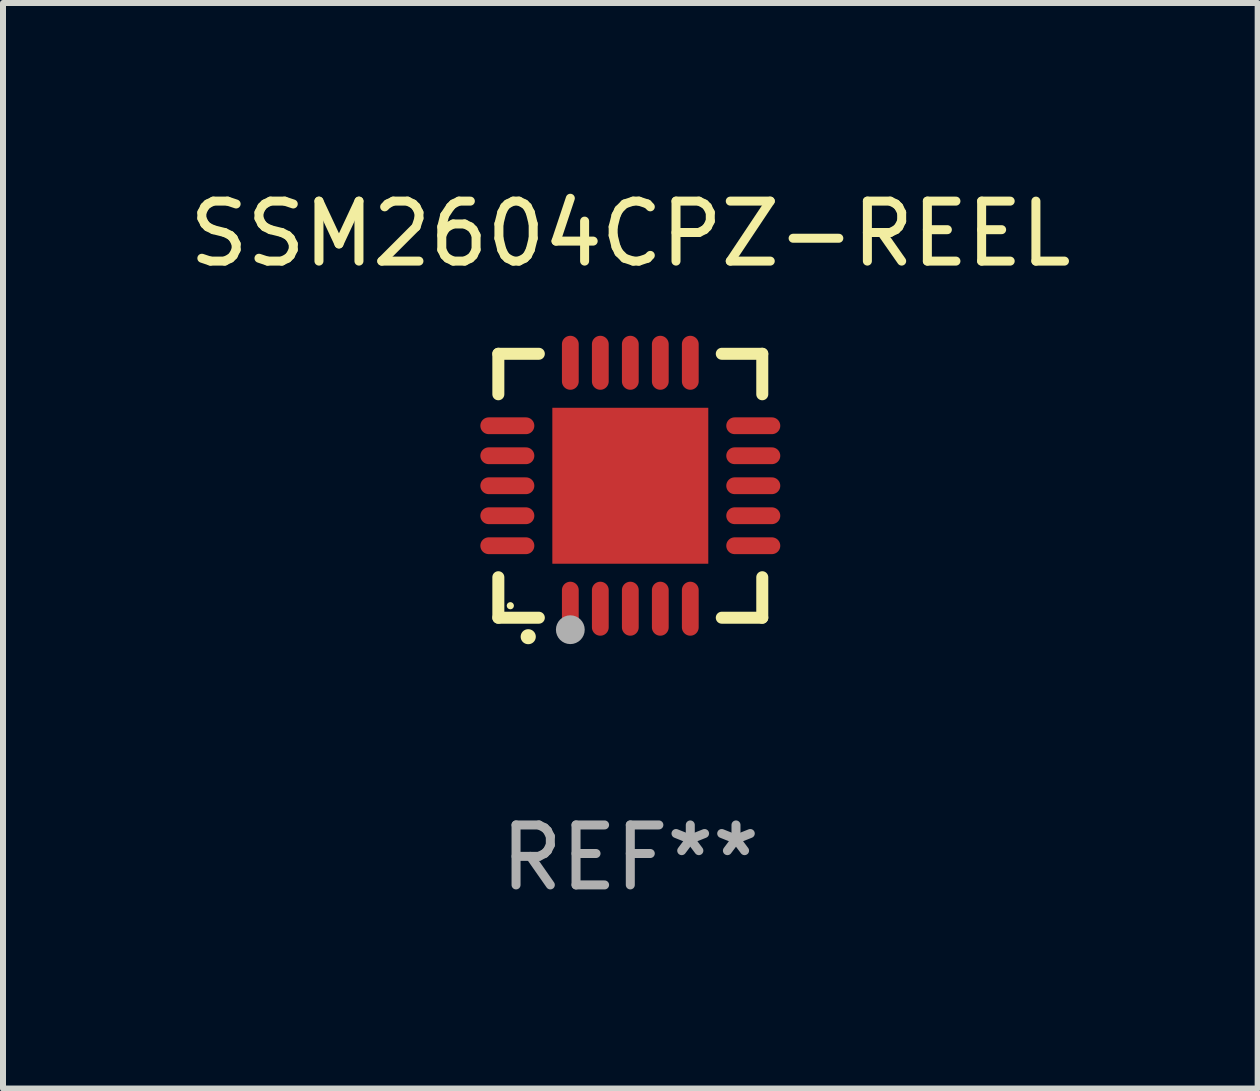
<source format=kicad_pcb>
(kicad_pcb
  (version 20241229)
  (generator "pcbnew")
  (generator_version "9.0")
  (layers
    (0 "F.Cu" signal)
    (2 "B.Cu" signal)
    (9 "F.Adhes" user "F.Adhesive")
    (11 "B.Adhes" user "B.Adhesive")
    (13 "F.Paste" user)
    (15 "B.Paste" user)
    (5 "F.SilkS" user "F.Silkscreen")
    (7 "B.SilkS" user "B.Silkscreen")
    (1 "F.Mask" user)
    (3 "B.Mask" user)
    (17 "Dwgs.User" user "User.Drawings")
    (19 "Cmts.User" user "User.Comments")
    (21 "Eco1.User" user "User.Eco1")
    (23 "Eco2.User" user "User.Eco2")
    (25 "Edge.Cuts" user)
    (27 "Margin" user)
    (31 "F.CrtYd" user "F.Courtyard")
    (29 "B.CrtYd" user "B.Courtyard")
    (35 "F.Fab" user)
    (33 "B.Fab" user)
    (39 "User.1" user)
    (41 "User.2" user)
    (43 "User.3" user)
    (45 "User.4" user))
  (footprint "SSM2604CPZ-REEL"
    (layer "F.Cu")
    (at 7.458 5.048)
    (property "Reference" "SSM2604CPZ-REEL" (at 0 -4.2 0) (layer "F.SilkS") (effects (font (size 1 1) (thickness 0.15))))
    (attr through_hole)
    (fp_line (start -2.2 -2.2) (end -1.525 -2.2) (stroke (width 0.2) (type solid)) (layer "F.SilkS"))
    (fp_line (start -2.2 -1.525) (end -2.2 -2.2) (stroke (width 0.2) (type solid)) (layer "F.SilkS"))
    (fp_line (start -2.2 2.2) (end -2.2 1.525) (stroke (width 0.2) (type solid)) (layer "F.SilkS"))
    (fp_line (start -1.525 2.2) (end -2.2 2.2) (stroke (width 0.2) (type solid)) (layer "F.SilkS"))
    (fp_line (start 1.525 2.2) (end 2.2 2.2) (stroke (width 0.2) (type solid)) (layer "F.SilkS"))
    (fp_line (start 2.2 -2.2) (end 1.525 -2.2) (stroke (width 0.2) (type solid)) (layer "F.SilkS"))
    (fp_line (start 2.2 -1.525) (end 2.2 -2.2) (stroke (width 0.2) (type solid)) (layer "F.SilkS"))
    (fp_line (start 2.2 2.2) (end 2.2 1.525) (stroke (width 0.2) (type solid)) (layer "F.SilkS"))
    (fp_arc (start -1.703073 2.516612) (mid -1.701803 2.516606) (end -1.700533 2.516612) (stroke (width 0.25) (type solid)) (layer "F.SilkS"))
    (fp_circle (center -2 2) (end -1.97 2) (stroke (width 0.06) (type solid)) (fill no) (layer "F.SilkS"))
    (fp_circle (center -1 2.4) (end -0.88 2.4) (stroke (width 0.24) (type solid)) (fill no) (layer "F.Fab"))
    (fp_text user "REF**" (at 0 6.2 0) (layer "F.Fab") (effects (font (size 1 1) (thickness 0.15))))
    (pad "1" smd oval (at -1 2.05) (size 0.28 0.9) (layers "F.Cu" "F.Mask" "F.Paste"))
    (pad "2" smd oval (at -0.5 2.05) (size 0.28 0.9) (layers "F.Cu" "F.Mask" "F.Paste"))
    (pad "3" smd oval (at 0.000076 2.05) (size 0.28 0.9) (layers "F.Cu" "F.Mask" "F.Paste"))
    (pad "4" smd oval (at 0.5 2.05) (size 0.28 0.9) (layers "F.Cu" "F.Mask" "F.Paste"))
    (pad "5" smd oval (at 1 2.05) (size 0.28 0.9) (layers "F.Cu" "F.Mask" "F.Paste"))
    (pad "6" smd oval (at 2.05 1) (size 0.9 0.28) (layers "F.Cu" "F.Mask" "F.Paste"))
    (pad "7" smd oval (at 2.05 0.5) (size 0.9 0.28) (layers "F.Cu" "F.Mask" "F.Paste"))
    (pad "8" smd oval (at 2.05 0.000076) (size 0.9 0.28) (layers "F.Cu" "F.Mask" "F.Paste"))
    (pad "9" smd oval (at 2.05 -0.5) (size 0.9 0.28) (layers "F.Cu" "F.Mask" "F.Paste"))
    (pad "10" smd oval (at 2.05 -1) (size 0.9 0.28) (layers "F.Cu" "F.Mask" "F.Paste"))
    (pad "11" smd oval (at 1 -2.05) (size 0.28 0.9) (layers "F.Cu" "F.Mask" "F.Paste"))
    (pad "12" smd oval (at 0.5 -2.05) (size 0.28 0.9) (layers "F.Cu" "F.Mask" "F.Paste"))
    (pad "13" smd oval (at 0.000076 -2.05) (size 0.28 0.9) (layers "F.Cu" "F.Mask" "F.Paste"))
    (pad "14" smd oval (at -0.5 -2.05) (size 0.28 0.9) (layers "F.Cu" "F.Mask" "F.Paste"))
    (pad "15" smd oval (at -1 -2.05) (size 0.28 0.9) (layers "F.Cu" "F.Mask" "F.Paste"))
    (pad "16" smd oval (at -2.05 -1) (size 0.9 0.28) (layers "F.Cu" "F.Mask" "F.Paste"))
    (pad "17" smd oval (at -2.05 -0.5) (size 0.9 0.28) (layers "F.Cu" "F.Mask" "F.Paste"))
    (pad "18" smd oval (at -2.05 0.000076) (size 0.9 0.28) (layers "F.Cu" "F.Mask" "F.Paste"))
    (pad "19" smd oval (at -2.05 0.5) (size 0.9 0.28) (layers "F.Cu" "F.Mask" "F.Paste"))
    (pad "20" smd oval (at -2.05 1) (size 0.9 0.28) (layers "F.Cu" "F.Mask" "F.Paste"))
    (pad "21" smd rect (at 0.000076 0.000076) (size 2.6 2.6) (layers "F.Cu" "F.Mask" "F.Paste")))
  (gr_rect
    (start -3 -3)
    (end 17.917 15.097)
    (stroke (width 0.1) (type default))
    (fill no)
    (layer "Edge.Cuts")))
</source>
